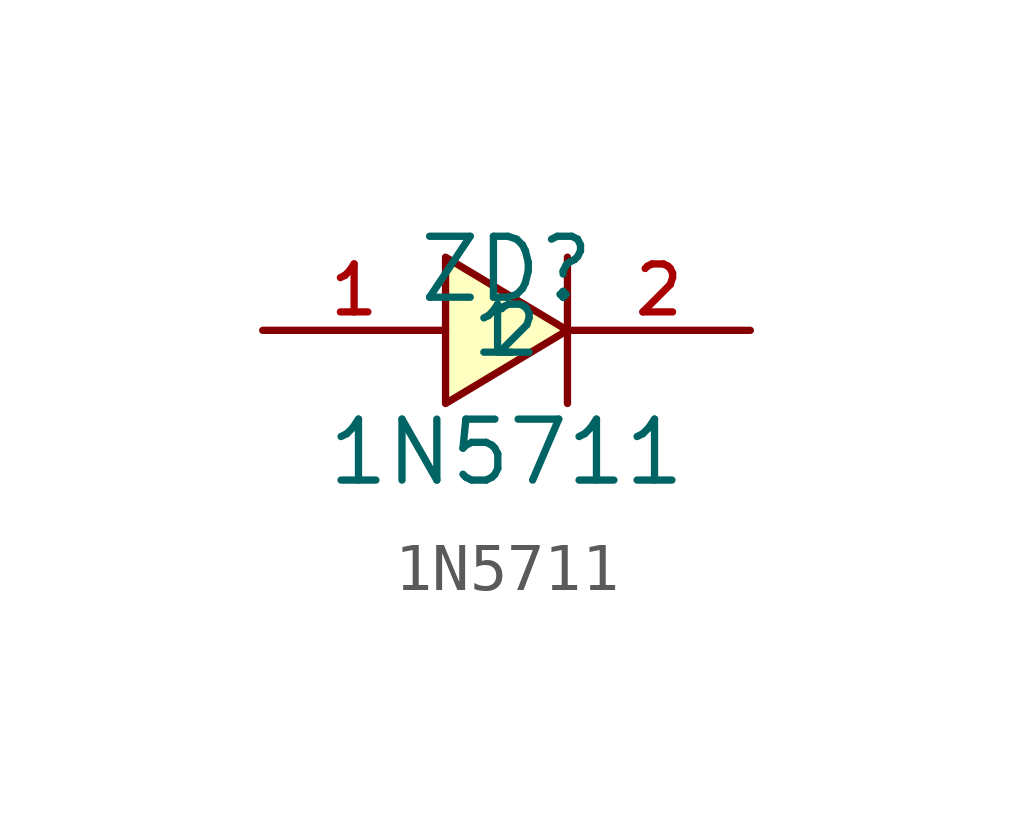
<source format=kicad_sym>
(kicad_symbol_lib
  (version 20210201)
  (generator TousstNicolas/JLC2KiCad_lib)
  (symbol "1N5711"
    (property "Reference" "ZD"
      (at 0 1.27 0)
      (effects (font (size 1.27 1.27))))
    (property "Value" "1N5711"
      (at 0 -2.54 0)
      (effects (font (size 1.27 1.27))))
    (symbol "1N5711_0_1"
      (polyline (pts (xy 1.27 1.524) (xy 1.27 -1.524)) (stroke (width 0) (type default) (color 0 0 0 0)) (fill (type none)))
      (pin unspecified line (at 5.08 -0.0 180) (length 3.81) (name "2" (effects (font (size 1 1)))) (number "2" (effects (font (size 1 1)))))
      (pin unspecified line (at -5.08 -0.0 0) (length 3.81) (name "1" (effects (font (size 1 1)))) (number "1" (effects (font (size 1 1)))))
      (polyline (pts (xy -1.27 -1.524) (xy 1.27 -0.0) (xy -1.27 1.524) (xy -1.27 -1.524)) (stroke (width 0) (type default) (color 0 0 0 0)) (fill (type background))))))
</source>
